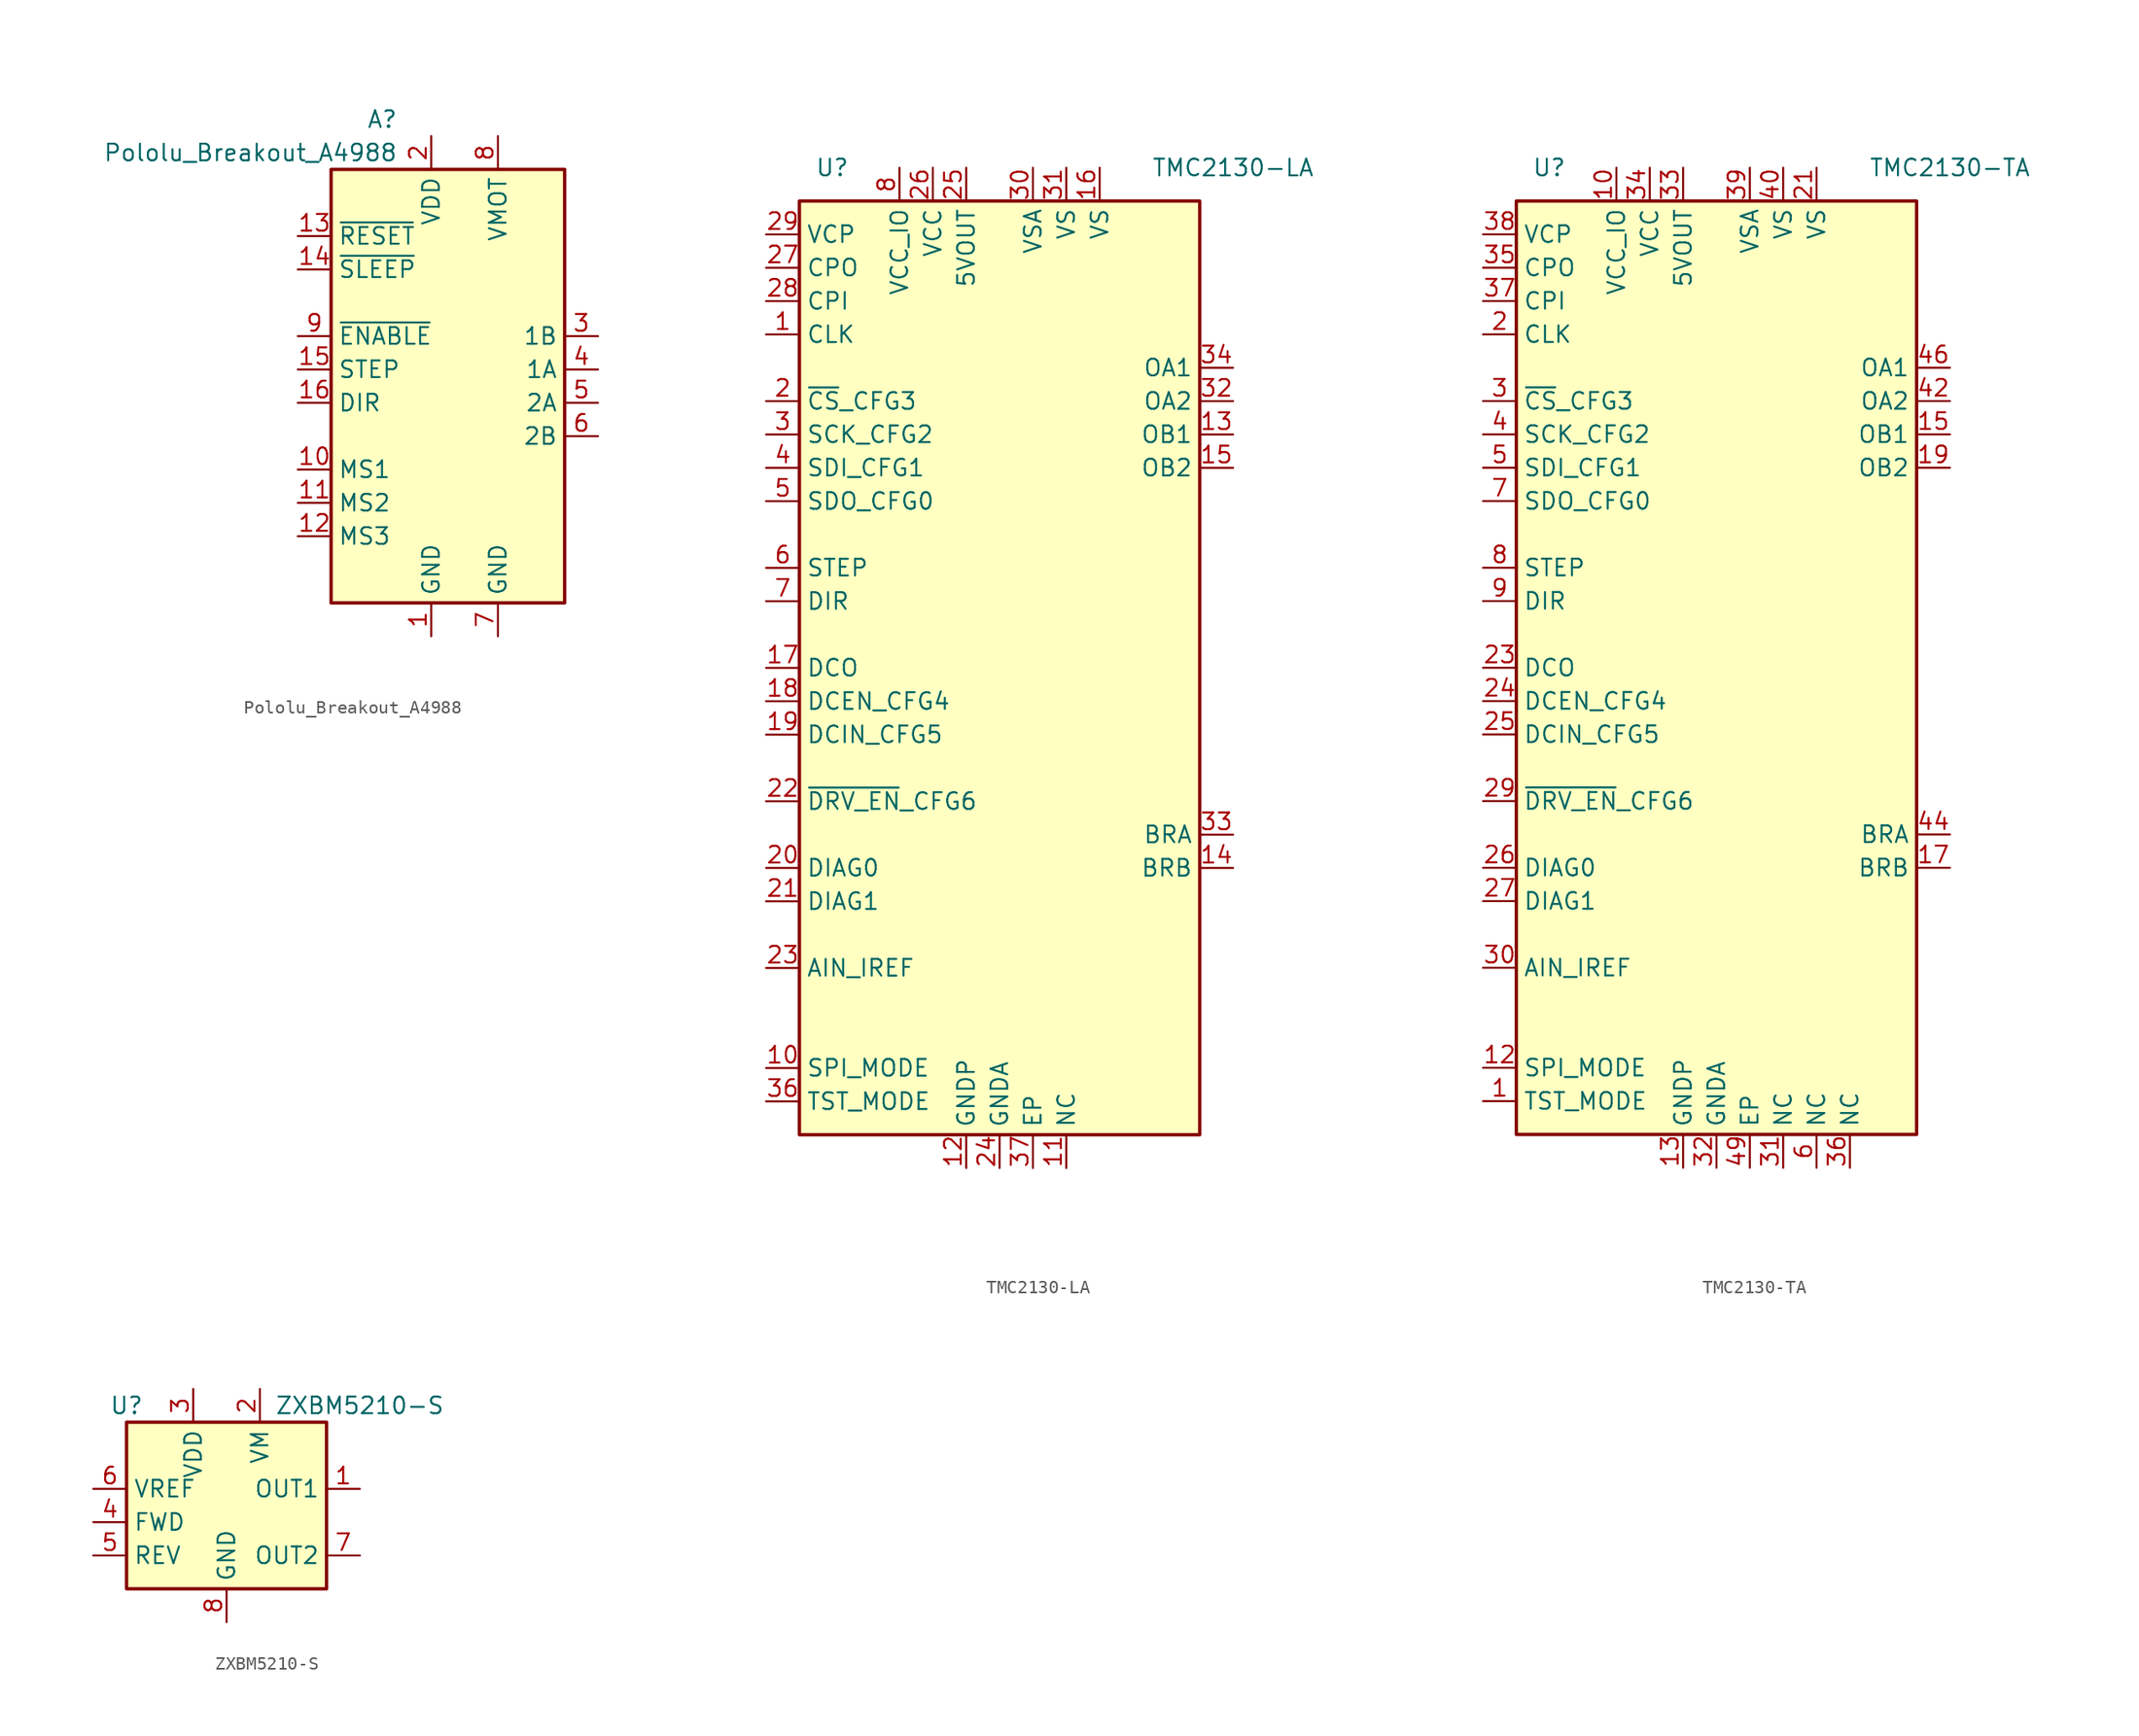
<source format=kicad_sym>
(kicad_symbol_lib
  (version 20201005)
  (generator kicad_symbol_editor)
  (symbol "Driver_Motor:Pololu_Breakout_A4988"
    (property "Reference" "A"
      (at -2.54 19.05 0)
      (effects (font (size 1.27 1.27)) (justify right)))
    (property "Value" "Pololu_Breakout_A4988"
      (at -2.54 16.51 0)
      (effects (font (size 1.27 1.27)) (justify right)))
    (symbol "Pololu_Breakout_A4988_0_1"
      (rectangle (start 10.16 -17.78) (end -7.62 15.24) (stroke (width 0.254)) (fill (type background))))
    (symbol "Pololu_Breakout_A4988_1_1"
      (pin power_in line (at 0 -20.32 90) (length 2.54) (name "GND" (effects (font (size 1.27 1.27)))) (number "1" (effects (font (size 1.27 1.27)))))
      (pin input line (at -10.16 -7.62 0) (length 2.54) (name "MS1" (effects (font (size 1.27 1.27)))) (number "10" (effects (font (size 1.27 1.27)))))
      (pin input line (at -10.16 -10.16 0) (length 2.54) (name "MS2" (effects (font (size 1.27 1.27)))) (number "11" (effects (font (size 1.27 1.27)))))
      (pin input line (at -10.16 -12.7 0) (length 2.54) (name "MS3" (effects (font (size 1.27 1.27)))) (number "12" (effects (font (size 1.27 1.27)))))
      (pin input line (at -10.16 10.16 0) (length 2.54) (name "~RESET" (effects (font (size 1.27 1.27)))) (number "13" (effects (font (size 1.27 1.27)))))
      (pin input line (at -10.16 7.62 0) (length 2.54) (name "~SLEEP" (effects (font (size 1.27 1.27)))) (number "14" (effects (font (size 1.27 1.27)))))
      (pin input line (at -10.16 0 0) (length 2.54) (name "STEP" (effects (font (size 1.27 1.27)))) (number "15" (effects (font (size 1.27 1.27)))))
      (pin input line (at -10.16 -2.54 0) (length 2.54) (name "DIR" (effects (font (size 1.27 1.27)))) (number "16" (effects (font (size 1.27 1.27)))))
      (pin power_in line (at 0 17.78 270) (length 2.54) (name "VDD" (effects (font (size 1.27 1.27)))) (number "2" (effects (font (size 1.27 1.27)))))
      (pin output line (at 12.7 2.54 180) (length 2.54) (name "1B" (effects (font (size 1.27 1.27)))) (number "3" (effects (font (size 1.27 1.27)))))
      (pin output line (at 12.7 0 180) (length 2.54) (name "1A" (effects (font (size 1.27 1.27)))) (number "4" (effects (font (size 1.27 1.27)))))
      (pin output line (at 12.7 -2.54 180) (length 2.54) (name "2A" (effects (font (size 1.27 1.27)))) (number "5" (effects (font (size 1.27 1.27)))))
      (pin output line (at 12.7 -5.08 180) (length 2.54) (name "2B" (effects (font (size 1.27 1.27)))) (number "6" (effects (font (size 1.27 1.27)))))
      (pin power_in line (at 5.08 -20.32 90) (length 2.54) (name "GND" (effects (font (size 1.27 1.27)))) (number "7" (effects (font (size 1.27 1.27)))))
      (pin power_in line (at 5.08 17.78 270) (length 2.54) (name "VMOT" (effects (font (size 1.27 1.27)))) (number "8" (effects (font (size 1.27 1.27)))))
      (pin input line (at -10.16 2.54 0) (length 2.54) (name "~ENABLE" (effects (font (size 1.27 1.27)))) (number "9" (effects (font (size 1.27 1.27)))))))
  (symbol "Driver_Motor:TMC2130-LA"
    (property "Reference" "U"
      (at -11.43 38.1 0)
      (effects (font (size 1.27 1.27)) (justify right)))
    (property "Value" "TMC2130-LA"
      (at 17.78 38.1 0)
      (effects (font (size 1.27 1.27))))
    (symbol "TMC2130-LA_0_1"
      (rectangle (start -15.24 35.56) (end 15.24 -35.56) (stroke (width 0.254)) (fill (type background))))
    (symbol "TMC2130-LA_1_1"
      (pin input line (at -17.78 25.4 0) (length 2.54) (name "CLK" (effects (font (size 1.27 1.27)))) (number "1" (effects (font (size 1.27 1.27)))))
      (pin input line (at -17.78 -30.48 0) (length 2.54) (name "SPI_MODE" (effects (font (size 1.27 1.27)))) (number "10" (effects (font (size 1.27 1.27)))))
      (pin passive line (at 5.08 -38.1 90) (length 2.54) (name "NC" (effects (font (size 1.27 1.27)))) (number "11" (effects (font (size 1.27 1.27)))))
      (pin power_in line (at -2.54 -38.1 90) (length 2.54) (name "GNDP" (effects (font (size 1.27 1.27)))) (number "12" (effects (font (size 1.27 1.27)))))
      (pin output line (at 17.78 17.78 180) (length 2.54) (name "OB1" (effects (font (size 1.27 1.27)))) (number "13" (effects (font (size 1.27 1.27)))))
      (pin passive line (at 17.78 -15.24 180) (length 2.54) (name "BRB" (effects (font (size 1.27 1.27)))) (number "14" (effects (font (size 1.27 1.27)))))
      (pin output line (at 17.78 15.24 180) (length 2.54) (name "OB2" (effects (font (size 1.27 1.27)))) (number "15" (effects (font (size 1.27 1.27)))))
      (pin power_in line (at 7.62 38.1 270) (length 2.54) (name "VS" (effects (font (size 1.27 1.27)))) (number "16" (effects (font (size 1.27 1.27)))))
      (pin output line (at -17.78 0 0) (length 2.54) (name "DCO" (effects (font (size 1.27 1.27)))) (number "17" (effects (font (size 1.27 1.27)))))
      (pin input line (at -17.78 -2.54 0) (length 2.54) (name "DCEN_CFG4" (effects (font (size 1.27 1.27)))) (number "18" (effects (font (size 1.27 1.27)))))
      (pin input line (at -17.78 -5.08 0) (length 2.54) (name "DCIN_CFG5" (effects (font (size 1.27 1.27)))) (number "19" (effects (font (size 1.27 1.27)))))
      (pin input line (at -17.78 20.32 0) (length 2.54) (name "~CS~_CFG3" (effects (font (size 1.27 1.27)))) (number "2" (effects (font (size 1.27 1.27)))))
      (pin output line (at -17.78 -15.24 0) (length 2.54) (name "DIAG0" (effects (font (size 1.27 1.27)))) (number "20" (effects (font (size 1.27 1.27)))))
      (pin output line (at -17.78 -17.78 0) (length 2.54) (name "DIAG1" (effects (font (size 1.27 1.27)))) (number "21" (effects (font (size 1.27 1.27)))))
      (pin input line (at -17.78 -10.16 0) (length 2.54) (name "~DRV_EN~_CFG6" (effects (font (size 1.27 1.27)))) (number "22" (effects (font (size 1.27 1.27)))))
      (pin input line (at -17.78 -22.86 0) (length 2.54) (name "AIN_IREF" (effects (font (size 1.27 1.27)))) (number "23" (effects (font (size 1.27 1.27)))))
      (pin power_in line (at 0 -38.1 90) (length 2.54) (name "GNDA" (effects (font (size 1.27 1.27)))) (number "24" (effects (font (size 1.27 1.27)))))
      (pin power_out line (at -2.54 38.1 270) (length 2.54) (name "5VOUT" (effects (font (size 1.27 1.27)))) (number "25" (effects (font (size 1.27 1.27)))))
      (pin power_in line (at -5.08 38.1 270) (length 2.54) (name "VCC" (effects (font (size 1.27 1.27)))) (number "26" (effects (font (size 1.27 1.27)))))
      (pin passive line (at -17.78 30.48 0) (length 2.54) (name "CPO" (effects (font (size 1.27 1.27)))) (number "27" (effects (font (size 1.27 1.27)))))
      (pin passive line (at -17.78 27.94 0) (length 2.54) (name "CPI" (effects (font (size 1.27 1.27)))) (number "28" (effects (font (size 1.27 1.27)))))
      (pin passive line (at -17.78 33.02 0) (length 2.54) (name "VCP" (effects (font (size 1.27 1.27)))) (number "29" (effects (font (size 1.27 1.27)))))
      (pin input line (at -17.78 17.78 0) (length 2.54) (name "SCK_CFG2" (effects (font (size 1.27 1.27)))) (number "3" (effects (font (size 1.27 1.27)))))
      (pin power_in line (at 2.54 38.1 270) (length 2.54) (name "VSA" (effects (font (size 1.27 1.27)))) (number "30" (effects (font (size 1.27 1.27)))))
      (pin power_in line (at 5.08 38.1 270) (length 2.54) (name "VS" (effects (font (size 1.27 1.27)))) (number "31" (effects (font (size 1.27 1.27)))))
      (pin output line (at 17.78 20.32 180) (length 2.54) (name "OA2" (effects (font (size 1.27 1.27)))) (number "32" (effects (font (size 1.27 1.27)))))
      (pin passive line (at 17.78 -12.7 180) (length 2.54) (name "BRA" (effects (font (size 1.27 1.27)))) (number "33" (effects (font (size 1.27 1.27)))))
      (pin output line (at 17.78 22.86 180) (length 2.54) (name "OA1" (effects (font (size 1.27 1.27)))) (number "34" (effects (font (size 1.27 1.27)))))
      (pin passive line (at -2.54 -38.1 90) (length 2.54) hide (name "GNDP" (effects (font (size 1.27 1.27)))) (number "35" (effects (font (size 1.27 1.27)))))
      (pin input line (at -17.78 -33.02 0) (length 2.54) (name "TST_MODE" (effects (font (size 1.27 1.27)))) (number "36" (effects (font (size 1.27 1.27)))))
      (pin power_in line (at 2.54 -38.1 90) (length 2.54) (name "EP" (effects (font (size 1.27 1.27)))) (number "37" (effects (font (size 1.27 1.27)))))
      (pin input line (at -17.78 15.24 0) (length 2.54) (name "SDI_CFG1" (effects (font (size 1.27 1.27)))) (number "4" (effects (font (size 1.27 1.27)))))
      (pin bidirectional line (at -17.78 12.7 0) (length 2.54) (name "SDO_CFG0" (effects (font (size 1.27 1.27)))) (number "5" (effects (font (size 1.27 1.27)))))
      (pin input line (at -17.78 7.62 0) (length 2.54) (name "STEP" (effects (font (size 1.27 1.27)))) (number "6" (effects (font (size 1.27 1.27)))))
      (pin input line (at -17.78 5.08 0) (length 2.54) (name "DIR" (effects (font (size 1.27 1.27)))) (number "7" (effects (font (size 1.27 1.27)))))
      (pin power_in line (at -7.62 38.1 270) (length 2.54) (name "VCC_IO" (effects (font (size 1.27 1.27)))) (number "8" (effects (font (size 1.27 1.27)))))
      (pin no_connect line (at 15.24 33.02 180) (length 2.54) hide (name "DNC" (effects (font (size 1.27 1.27)))) (number "9" (effects (font (size 1.27 1.27)))))))
  (symbol "Driver_Motor:TMC2130-TA"
    (property "Reference" "U"
      (at -11.43 38.1 0)
      (effects (font (size 1.27 1.27)) (justify right)))
    (property "Value" "TMC2130-TA"
      (at 17.78 38.1 0)
      (effects (font (size 1.27 1.27))))
    (symbol "TMC2130-TA_1_1"
      (rectangle (start -15.24 35.56) (end 15.24 -35.56) (stroke (width 0.254)) (fill (type background)))
      (pin input line (at -17.78 -33.02 0) (length 2.54) (name "TST_MODE" (effects (font (size 1.27 1.27)))) (number "1" (effects (font (size 1.27 1.27)))))
      (pin power_in line (at -7.62 38.1 270) (length 2.54) (name "VCC_IO" (effects (font (size 1.27 1.27)))) (number "10" (effects (font (size 1.27 1.27)))))
      (pin no_connect line (at -15.24 -27.94 0) (length 2.54) hide (name "DNC" (effects (font (size 1.27 1.27)))) (number "11" (effects (font (size 1.27 1.27)))))
      (pin input line (at -17.78 -30.48 0) (length 2.54) (name "SPI_MODE" (effects (font (size 1.27 1.27)))) (number "12" (effects (font (size 1.27 1.27)))))
      (pin power_in line (at -2.54 -38.1 90) (length 2.54) (name "GNDP" (effects (font (size 1.27 1.27)))) (number "13" (effects (font (size 1.27 1.27)))))
      (pin no_connect line (at 15.24 12.7 180) (length 2.54) hide (name "DNC" (effects (font (size 1.27 1.27)))) (number "14" (effects (font (size 1.27 1.27)))))
      (pin output line (at 17.78 17.78 180) (length 2.54) (name "OB1" (effects (font (size 1.27 1.27)))) (number "15" (effects (font (size 1.27 1.27)))))
      (pin no_connect line (at 15.24 10.16 180) (length 2.54) hide (name "DNC" (effects (font (size 1.27 1.27)))) (number "16" (effects (font (size 1.27 1.27)))))
      (pin passive line (at 17.78 -15.24 180) (length 2.54) (name "BRB" (effects (font (size 1.27 1.27)))) (number "17" (effects (font (size 1.27 1.27)))))
      (pin no_connect line (at 15.24 7.62 180) (length 2.54) hide (name "DNC" (effects (font (size 1.27 1.27)))) (number "18" (effects (font (size 1.27 1.27)))))
      (pin output line (at 17.78 15.24 180) (length 2.54) (name "OB2" (effects (font (size 1.27 1.27)))) (number "19" (effects (font (size 1.27 1.27)))))
      (pin input line (at -17.78 25.4 0) (length 2.54) (name "CLK" (effects (font (size 1.27 1.27)))) (number "2" (effects (font (size 1.27 1.27)))))
      (pin no_connect line (at 15.24 5.08 180) (length 2.54) hide (name "DNC" (effects (font (size 1.27 1.27)))) (number "20" (effects (font (size 1.27 1.27)))))
      (pin power_in line (at 7.62 38.1 270) (length 2.54) (name "VS" (effects (font (size 1.27 1.27)))) (number "21" (effects (font (size 1.27 1.27)))))
      (pin no_connect line (at 15.24 2.54 180) (length 2.54) hide (name "DNC" (effects (font (size 1.27 1.27)))) (number "22" (effects (font (size 1.27 1.27)))))
      (pin output line (at -17.78 0 0) (length 2.54) (name "DCO" (effects (font (size 1.27 1.27)))) (number "23" (effects (font (size 1.27 1.27)))))
      (pin input line (at -17.78 -2.54 0) (length 2.54) (name "DCEN_CFG4" (effects (font (size 1.27 1.27)))) (number "24" (effects (font (size 1.27 1.27)))))
      (pin input line (at -17.78 -5.08 0) (length 2.54) (name "DCIN_CFG5" (effects (font (size 1.27 1.27)))) (number "25" (effects (font (size 1.27 1.27)))))
      (pin output line (at -17.78 -15.24 0) (length 2.54) (name "DIAG0" (effects (font (size 1.27 1.27)))) (number "26" (effects (font (size 1.27 1.27)))))
      (pin output line (at -17.78 -17.78 0) (length 2.54) (name "DIAG1" (effects (font (size 1.27 1.27)))) (number "27" (effects (font (size 1.27 1.27)))))
      (pin no_connect line (at -15.24 -20.32 0) (length 2.54) hide (name "DNC" (effects (font (size 1.27 1.27)))) (number "28" (effects (font (size 1.27 1.27)))))
      (pin input line (at -17.78 -10.16 0) (length 2.54) (name "~DRV_EN~_CFG6" (effects (font (size 1.27 1.27)))) (number "29" (effects (font (size 1.27 1.27)))))
      (pin input line (at -17.78 20.32 0) (length 2.54) (name "~CS~_CFG3" (effects (font (size 1.27 1.27)))) (number "3" (effects (font (size 1.27 1.27)))))
      (pin input line (at -17.78 -22.86 0) (length 2.54) (name "AIN_IREF" (effects (font (size 1.27 1.27)))) (number "30" (effects (font (size 1.27 1.27)))))
      (pin passive line (at 5.08 -38.1 90) (length 2.54) (name "NC" (effects (font (size 1.27 1.27)))) (number "31" (effects (font (size 1.27 1.27)))))
      (pin power_in line (at 0 -38.1 90) (length 2.54) (name "GNDA" (effects (font (size 1.27 1.27)))) (number "32" (effects (font (size 1.27 1.27)))))
      (pin power_out line (at -2.54 38.1 270) (length 2.54) (name "5VOUT" (effects (font (size 1.27 1.27)))) (number "33" (effects (font (size 1.27 1.27)))))
      (pin power_in line (at -5.08 38.1 270) (length 2.54) (name "VCC" (effects (font (size 1.27 1.27)))) (number "34" (effects (font (size 1.27 1.27)))))
      (pin passive line (at -17.78 30.48 0) (length 2.54) (name "CPO" (effects (font (size 1.27 1.27)))) (number "35" (effects (font (size 1.27 1.27)))))
      (pin passive line (at 10.16 -38.1 90) (length 2.54) (name "NC" (effects (font (size 1.27 1.27)))) (number "36" (effects (font (size 1.27 1.27)))))
      (pin passive line (at -17.78 27.94 0) (length 2.54) (name "CPI" (effects (font (size 1.27 1.27)))) (number "37" (effects (font (size 1.27 1.27)))))
      (pin passive line (at -17.78 33.02 0) (length 2.54) (name "VCP" (effects (font (size 1.27 1.27)))) (number "38" (effects (font (size 1.27 1.27)))))
      (pin power_in line (at 2.54 38.1 270) (length 2.54) (name "VSA" (effects (font (size 1.27 1.27)))) (number "39" (effects (font (size 1.27 1.27)))))
      (pin input line (at -17.78 17.78 0) (length 2.54) (name "SCK_CFG2" (effects (font (size 1.27 1.27)))) (number "4" (effects (font (size 1.27 1.27)))))
      (pin power_in line (at 5.08 38.1 270) (length 2.54) (name "VS" (effects (font (size 1.27 1.27)))) (number "40" (effects (font (size 1.27 1.27)))))
      (pin no_connect line (at 15.24 33.02 180) (length 2.54) hide (name "DNC" (effects (font (size 1.27 1.27)))) (number "41" (effects (font (size 1.27 1.27)))))
      (pin output line (at 17.78 20.32 180) (length 2.54) (name "OA2" (effects (font (size 1.27 1.27)))) (number "42" (effects (font (size 1.27 1.27)))))
      (pin no_connect line (at 15.24 30.48 180) (length 2.54) hide (name "DNC" (effects (font (size 1.27 1.27)))) (number "43" (effects (font (size 1.27 1.27)))))
      (pin passive line (at 17.78 -12.7 180) (length 2.54) (name "BRA" (effects (font (size 1.27 1.27)))) (number "44" (effects (font (size 1.27 1.27)))))
      (pin no_connect line (at 15.24 27.94 180) (length 2.54) hide (name "DNC" (effects (font (size 1.27 1.27)))) (number "45" (effects (font (size 1.27 1.27)))))
      (pin output line (at 17.78 22.86 180) (length 2.54) (name "OA1" (effects (font (size 1.27 1.27)))) (number "46" (effects (font (size 1.27 1.27)))))
      (pin no_connect line (at 15.24 25.4 180) (length 2.54) hide (name "DNC" (effects (font (size 1.27 1.27)))) (number "47" (effects (font (size 1.27 1.27)))))
      (pin passive line (at -2.54 -38.1 90) (length 2.54) hide (name "GNDP" (effects (font (size 1.27 1.27)))) (number "48" (effects (font (size 1.27 1.27)))))
      (pin power_in line (at 2.54 -38.1 90) (length 2.54) (name "EP" (effects (font (size 1.27 1.27)))) (number "49" (effects (font (size 1.27 1.27)))))
      (pin input line (at -17.78 15.24 0) (length 2.54) (name "SDI_CFG1" (effects (font (size 1.27 1.27)))) (number "5" (effects (font (size 1.27 1.27)))))
      (pin passive line (at 7.62 -38.1 90) (length 2.54) (name "NC" (effects (font (size 1.27 1.27)))) (number "6" (effects (font (size 1.27 1.27)))))
      (pin bidirectional line (at -17.78 12.7 0) (length 2.54) (name "SDO_CFG0" (effects (font (size 1.27 1.27)))) (number "7" (effects (font (size 1.27 1.27)))))
      (pin input line (at -17.78 7.62 0) (length 2.54) (name "STEP" (effects (font (size 1.27 1.27)))) (number "8" (effects (font (size 1.27 1.27)))))
      (pin input line (at -17.78 5.08 0) (length 2.54) (name "DIR" (effects (font (size 1.27 1.27)))) (number "9" (effects (font (size 1.27 1.27)))))))
  (symbol "Driver_Motor:ZXBM5210-S"
    (property "Reference" "U"
      (at -7.62 8.89 0)
      (effects (font (size 1.27 1.27))))
    (property "Value" "ZXBM5210-S"
      (at 10.16 8.89 0)
      (effects (font (size 1.27 1.27))))
    (symbol "ZXBM5210-S_0_0"
      (pin output line (at 10.16 2.54 180) (length 2.54) (name "OUT1" (effects (font (size 1.27 1.27)))) (number "1" (effects (font (size 1.27 1.27)))))
      (pin power_in line (at 2.54 10.16 270) (length 2.54) (name "VM" (effects (font (size 1.27 1.27)))) (number "2" (effects (font (size 1.27 1.27)))))
      (pin power_in line (at -2.54 10.16 270) (length 2.54) (name "VDD" (effects (font (size 1.27 1.27)))) (number "3" (effects (font (size 1.27 1.27)))))
      (pin input line (at -10.16 0 0) (length 2.54) (name "FWD" (effects (font (size 1.27 1.27)))) (number "4" (effects (font (size 1.27 1.27)))))
      (pin input line (at -10.16 -2.54 0) (length 2.54) (name "REV" (effects (font (size 1.27 1.27)))) (number "5" (effects (font (size 1.27 1.27)))))
      (pin input line (at -10.16 2.54 0) (length 2.54) (name "VREF" (effects (font (size 1.27 1.27)))) (number "6" (effects (font (size 1.27 1.27)))))
      (pin output line (at 10.16 -2.54 180) (length 2.54) (name "OUT2" (effects (font (size 1.27 1.27)))) (number "7" (effects (font (size 1.27 1.27)))))
      (pin power_in line (at 0 -7.62 90) (length 2.54) (name "GND" (effects (font (size 1.27 1.27)))) (number "8" (effects (font (size 1.27 1.27))))))
    (symbol "ZXBM5210-S_0_1"
      (rectangle (start -7.62 7.62) (end 7.62 -5.08) (stroke (width 0.254)) (fill (type background))))))
</source>
